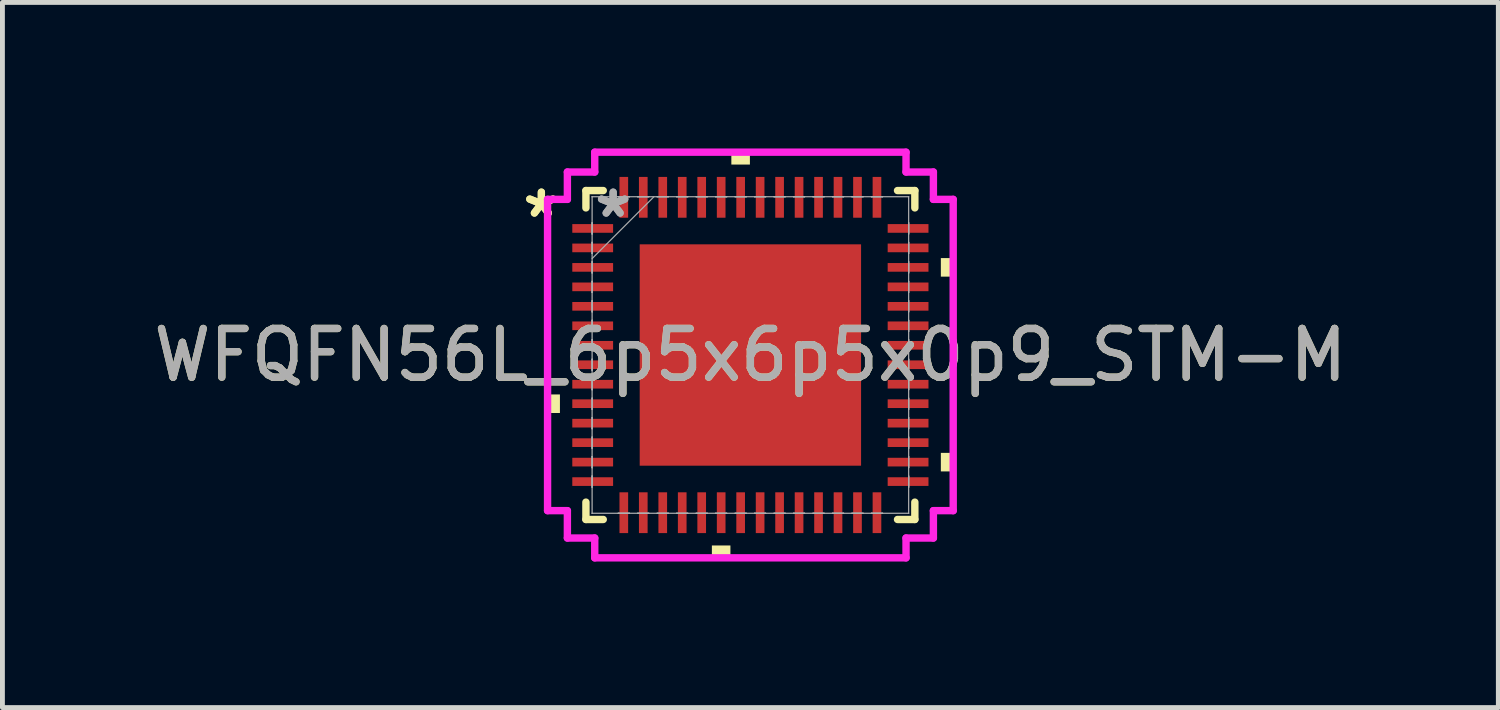
<source format=kicad_pcb>
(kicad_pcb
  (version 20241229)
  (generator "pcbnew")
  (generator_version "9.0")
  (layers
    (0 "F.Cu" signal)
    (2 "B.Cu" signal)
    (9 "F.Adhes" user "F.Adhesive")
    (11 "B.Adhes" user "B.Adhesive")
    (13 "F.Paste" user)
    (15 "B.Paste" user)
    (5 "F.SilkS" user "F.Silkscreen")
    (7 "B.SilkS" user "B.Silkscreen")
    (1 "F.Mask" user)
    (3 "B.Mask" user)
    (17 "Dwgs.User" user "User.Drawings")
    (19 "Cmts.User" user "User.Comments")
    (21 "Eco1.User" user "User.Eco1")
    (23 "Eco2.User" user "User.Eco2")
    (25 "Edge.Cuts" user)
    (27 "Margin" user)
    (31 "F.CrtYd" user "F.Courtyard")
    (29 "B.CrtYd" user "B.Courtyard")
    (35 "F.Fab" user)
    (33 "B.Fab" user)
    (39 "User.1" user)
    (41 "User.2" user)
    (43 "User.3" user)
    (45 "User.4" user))
  (footprint "WFQFN56L_6p5x6p5x0p9_STM-M"
    (layer "F.Cu")
    (at 12.363 4.242)
    (property "Reference" "WFQFN56L_6p5x6p5x0p9_STM-M" (at 0 0 0) (unlocked yes) (layer "F.SilkS") (effects (font (size 1 1) (thickness 0.15))))
    (attr smd)
    (fp_line (start -3.378 -3.378) (end -3.378 -3.022) (stroke (width 0.152) (type solid)) (layer "F.SilkS"))
    (fp_line (start -3.378 3.022) (end -3.378 3.378) (stroke (width 0.152) (type solid)) (layer "F.SilkS"))
    (fp_line (start -3.378 3.378) (end -3.022 3.378) (stroke (width 0.152) (type solid)) (layer "F.SilkS"))
    (fp_line (start -3.022 -3.378) (end -3.378 -3.378) (stroke (width 0.152) (type solid)) (layer "F.SilkS"))
    (fp_line (start 3.022 3.378) (end 3.378 3.378) (stroke (width 0.152) (type solid)) (layer "F.SilkS"))
    (fp_line (start 3.378 -3.378) (end 3.022 -3.378) (stroke (width 0.152) (type solid)) (layer "F.SilkS"))
    (fp_line (start 3.378 -3.022) (end 3.378 -3.378) (stroke (width 0.152) (type solid)) (layer "F.SilkS"))
    (fp_line (start 3.378 3.378) (end 3.378 3.022) (stroke (width 0.152) (type solid)) (layer "F.SilkS"))
    (fp_poly (pts (xy -4.166 0.81) (xy -4.166 1.191) (xy -3.912 1.191) (xy -3.912 0.81)) (stroke (width 0) (type solid)) (fill yes) (layer "F.SilkS"))
    (fp_poly (pts (xy -0.791 3.912) (xy -0.791 4.166) (xy -0.41 4.166) (xy -0.41 3.912)) (stroke (width 0) (type solid)) (fill yes) (layer "F.SilkS"))
    (fp_poly (pts (xy -0.391 -3.912) (xy -0.391 -4.166) (xy -0.01 -4.166) (xy -0.01 -3.912)) (stroke (width 0) (type solid)) (fill yes) (layer "F.SilkS"))
    (fp_poly (pts (xy 4.166 -1.991) (xy 4.166 -1.61) (xy 3.912 -1.61) (xy 3.912 -1.991)) (stroke (width 0) (type solid)) (fill yes) (layer "F.SilkS"))
    (fp_poly (pts (xy 4.166 2.01) (xy 4.166 2.391) (xy 3.912 2.391) (xy 3.912 2.01)) (stroke (width 0) (type solid)) (fill yes) (layer "F.SilkS"))
    (fp_poly (pts (xy -2.173 -2.173) (xy -2.173 -0.858) (xy -0.858 -0.858) (xy -0.858 -2.173)) (stroke (width 0) (type solid)) (fill yes) (layer "F.Paste"))
    (fp_poly (pts (xy -2.173 -0.658) (xy -2.173 0.658) (xy -0.858 0.658) (xy -0.858 -0.658)) (stroke (width 0) (type solid)) (fill yes) (layer "F.Paste"))
    (fp_poly (pts (xy -2.173 0.858) (xy -2.173 2.173) (xy -0.858 2.173) (xy -0.858 0.858)) (stroke (width 0) (type solid)) (fill yes) (layer "F.Paste"))
    (fp_poly (pts (xy -0.658 -2.173) (xy -0.658 -0.858) (xy 0.658 -0.858) (xy 0.658 -2.173)) (stroke (width 0) (type solid)) (fill yes) (layer "F.Paste"))
    (fp_poly (pts (xy -0.658 -0.658) (xy -0.658 0.658) (xy 0.658 0.658) (xy 0.658 -0.658)) (stroke (width 0) (type solid)) (fill yes) (layer "F.Paste"))
    (fp_poly (pts (xy -0.658 0.858) (xy -0.658 2.173) (xy 0.658 2.173) (xy 0.658 0.858)) (stroke (width 0) (type solid)) (fill yes) (layer "F.Paste"))
    (fp_poly (pts (xy 0.858 -2.173) (xy 0.858 -0.858) (xy 2.173 -0.858) (xy 2.173 -2.173)) (stroke (width 0) (type solid)) (fill yes) (layer "F.Paste"))
    (fp_poly (pts (xy 0.858 -0.658) (xy 0.858 0.658) (xy 2.173 0.658) (xy 2.173 -0.658)) (stroke (width 0) (type solid)) (fill yes) (layer "F.Paste"))
    (fp_poly (pts (xy 0.858 0.858) (xy 0.858 2.173) (xy 2.173 2.173) (xy 2.173 0.858)) (stroke (width 0) (type solid)) (fill yes) (layer "F.Paste"))
    (fp_line (start -4.166 -3.197) (end -3.759 -3.197) (stroke (width 0.152) (type solid)) (layer "F.CrtYd"))
    (fp_line (start -4.166 3.197) (end -4.166 -3.197) (stroke (width 0.152) (type solid)) (layer "F.CrtYd"))
    (fp_line (start -3.759 -3.759) (end -3.197 -3.759) (stroke (width 0.152) (type solid)) (layer "F.CrtYd"))
    (fp_line (start -3.759 -3.197) (end -3.759 -3.759) (stroke (width 0.152) (type solid)) (layer "F.CrtYd"))
    (fp_line (start -3.759 3.197) (end -4.166 3.197) (stroke (width 0.152) (type solid)) (layer "F.CrtYd"))
    (fp_line (start -3.759 3.759) (end -3.759 3.197) (stroke (width 0.152) (type solid)) (layer "F.CrtYd"))
    (fp_line (start -3.197 -4.166) (end 3.197 -4.166) (stroke (width 0.152) (type solid)) (layer "F.CrtYd"))
    (fp_line (start -3.197 -3.759) (end -3.197 -4.166) (stroke (width 0.152) (type solid)) (layer "F.CrtYd"))
    (fp_line (start -3.197 3.759) (end -3.759 3.759) (stroke (width 0.152) (type solid)) (layer "F.CrtYd"))
    (fp_line (start -3.197 4.166) (end -3.197 3.759) (stroke (width 0.152) (type solid)) (layer "F.CrtYd"))
    (fp_line (start 3.197 -4.166) (end 3.197 -3.759) (stroke (width 0.152) (type solid)) (layer "F.CrtYd"))
    (fp_line (start 3.197 -3.759) (end 3.759 -3.759) (stroke (width 0.152) (type solid)) (layer "F.CrtYd"))
    (fp_line (start 3.197 3.759) (end 3.197 4.166) (stroke (width 0.152) (type solid)) (layer "F.CrtYd"))
    (fp_line (start 3.197 4.166) (end -3.197 4.166) (stroke (width 0.152) (type solid)) (layer "F.CrtYd"))
    (fp_line (start 3.759 -3.759) (end 3.759 -3.197) (stroke (width 0.152) (type solid)) (layer "F.CrtYd"))
    (fp_line (start 3.759 -3.197) (end 4.166 -3.197) (stroke (width 0.152) (type solid)) (layer "F.CrtYd"))
    (fp_line (start 3.759 3.197) (end 3.759 3.759) (stroke (width 0.152) (type solid)) (layer "F.CrtYd"))
    (fp_line (start 3.759 3.759) (end 3.197 3.759) (stroke (width 0.152) (type solid)) (layer "F.CrtYd"))
    (fp_line (start 4.166 -3.197) (end 4.166 3.197) (stroke (width 0.152) (type solid)) (layer "F.CrtYd"))
    (fp_line (start 4.166 3.197) (end 3.759 3.197) (stroke (width 0.152) (type solid)) (layer "F.CrtYd"))
    (fp_line (start -3.251 -3.251) (end -3.251 -3.251) (stroke (width 0.025) (type solid)) (layer "F.Fab"))
    (fp_line (start -3.251 -3.251) (end -3.251 3.251) (stroke (width 0.025) (type solid)) (layer "F.Fab"))
    (fp_line (start -3.251 -2.715) (end -3.251 -2.715) (stroke (width 0.025) (type solid)) (layer "F.Fab"))
    (fp_line (start -3.251 -2.715) (end -3.251 -2.486) (stroke (width 0.025) (type solid)) (layer "F.Fab"))
    (fp_line (start -3.251 -2.486) (end -3.251 -2.715) (stroke (width 0.025) (type solid)) (layer "F.Fab"))
    (fp_line (start -3.251 -2.486) (end -3.251 -2.486) (stroke (width 0.025) (type solid)) (layer "F.Fab"))
    (fp_line (start -3.251 -2.315) (end -3.251 -2.315) (stroke (width 0.025) (type solid)) (layer "F.Fab"))
    (fp_line (start -3.251 -2.315) (end -3.251 -2.086) (stroke (width 0.025) (type solid)) (layer "F.Fab"))
    (fp_line (start -3.251 -2.086) (end -3.251 -2.315) (stroke (width 0.025) (type solid)) (layer "F.Fab"))
    (fp_line (start -3.251 -2.086) (end -3.251 -2.086) (stroke (width 0.025) (type solid)) (layer "F.Fab"))
    (fp_line (start -3.251 -1.981) (end -1.981 -3.251) (stroke (width 0.025) (type solid)) (layer "F.Fab"))
    (fp_line (start -3.251 -1.915) (end -3.251 -1.915) (stroke (width 0.025) (type solid)) (layer "F.Fab"))
    (fp_line (start -3.251 -1.915) (end -3.251 -1.686) (stroke (width 0.025) (type solid)) (layer "F.Fab"))
    (fp_line (start -3.251 -1.686) (end -3.251 -1.915) (stroke (width 0.025) (type solid)) (layer "F.Fab"))
    (fp_line (start -3.251 -1.686) (end -3.251 -1.686) (stroke (width 0.025) (type solid)) (layer "F.Fab"))
    (fp_line (start -3.251 -1.514) (end -3.251 -1.514) (stroke (width 0.025) (type solid)) (layer "F.Fab"))
    (fp_line (start -3.251 -1.514) (end -3.251 -1.286) (stroke (width 0.025) (type solid)) (layer "F.Fab"))
    (fp_line (start -3.251 -1.286) (end -3.251 -1.514) (stroke (width 0.025) (type solid)) (layer "F.Fab"))
    (fp_line (start -3.251 -1.286) (end -3.251 -1.286) (stroke (width 0.025) (type solid)) (layer "F.Fab"))
    (fp_line (start -3.251 -1.114) (end -3.251 -1.114) (stroke (width 0.025) (type solid)) (layer "F.Fab"))
    (fp_line (start -3.251 -1.114) (end -3.251 -0.886) (stroke (width 0.025) (type solid)) (layer "F.Fab"))
    (fp_line (start -3.251 -0.886) (end -3.251 -1.114) (stroke (width 0.025) (type solid)) (layer "F.Fab"))
    (fp_line (start -3.251 -0.886) (end -3.251 -0.886) (stroke (width 0.025) (type solid)) (layer "F.Fab"))
    (fp_line (start -3.251 -0.714) (end -3.251 -0.714) (stroke (width 0.025) (type solid)) (layer "F.Fab"))
    (fp_line (start -3.251 -0.714) (end -3.251 -0.486) (stroke (width 0.025) (type solid)) (layer "F.Fab"))
    (fp_line (start -3.251 -0.486) (end -3.251 -0.714) (stroke (width 0.025) (type solid)) (layer "F.Fab"))
    (fp_line (start -3.251 -0.486) (end -3.251 -0.486) (stroke (width 0.025) (type solid)) (layer "F.Fab"))
    (fp_line (start -3.251 -0.314) (end -3.251 -0.314) (stroke (width 0.025) (type solid)) (layer "F.Fab"))
    (fp_line (start -3.251 -0.314) (end -3.251 -0.086) (stroke (width 0.025) (type solid)) (layer "F.Fab"))
    (fp_line (start -3.251 -0.086) (end -3.251 -0.314) (stroke (width 0.025) (type solid)) (layer "F.Fab"))
    (fp_line (start -3.251 -0.086) (end -3.251 -0.086) (stroke (width 0.025) (type solid)) (layer "F.Fab"))
    (fp_line (start -3.251 0.086) (end -3.251 0.086) (stroke (width 0.025) (type solid)) (layer "F.Fab"))
    (fp_line (start -3.251 0.086) (end -3.251 0.314) (stroke (width 0.025) (type solid)) (layer "F.Fab"))
    (fp_line (start -3.251 0.314) (end -3.251 0.086) (stroke (width 0.025) (type solid)) (layer "F.Fab"))
    (fp_line (start -3.251 0.314) (end -3.251 0.314) (stroke (width 0.025) (type solid)) (layer "F.Fab"))
    (fp_line (start -3.251 0.486) (end -3.251 0.486) (stroke (width 0.025) (type solid)) (layer "F.Fab"))
    (fp_line (start -3.251 0.486) (end -3.251 0.714) (stroke (width 0.025) (type solid)) (layer "F.Fab"))
    (fp_line (start -3.251 0.714) (end -3.251 0.486) (stroke (width 0.025) (type solid)) (layer "F.Fab"))
    (fp_line (start -3.251 0.714) (end -3.251 0.714) (stroke (width 0.025) (type solid)) (layer "F.Fab"))
    (fp_line (start -3.251 0.886) (end -3.251 0.886) (stroke (width 0.025) (type solid)) (layer "F.Fab"))
    (fp_line (start -3.251 0.886) (end -3.251 1.114) (stroke (width 0.025) (type solid)) (layer "F.Fab"))
    (fp_line (start -3.251 1.114) (end -3.251 0.886) (stroke (width 0.025) (type solid)) (layer "F.Fab"))
    (fp_line (start -3.251 1.114) (end -3.251 1.114) (stroke (width 0.025) (type solid)) (layer "F.Fab"))
    (fp_line (start -3.251 1.286) (end -3.251 1.286) (stroke (width 0.025) (type solid)) (layer "F.Fab"))
    (fp_line (start -3.251 1.286) (end -3.251 1.514) (stroke (width 0.025) (type solid)) (layer "F.Fab"))
    (fp_line (start -3.251 1.514) (end -3.251 1.286) (stroke (width 0.025) (type solid)) (layer "F.Fab"))
    (fp_line (start -3.251 1.514) (end -3.251 1.514) (stroke (width 0.025) (type solid)) (layer "F.Fab"))
    (fp_line (start -3.251 1.686) (end -3.251 1.686) (stroke (width 0.025) (type solid)) (layer "F.Fab"))
    (fp_line (start -3.251 1.686) (end -3.251 1.915) (stroke (width 0.025) (type solid)) (layer "F.Fab"))
    (fp_line (start -3.251 1.915) (end -3.251 1.686) (stroke (width 0.025) (type solid)) (layer "F.Fab"))
    (fp_line (start -3.251 1.915) (end -3.251 1.915) (stroke (width 0.025) (type solid)) (layer "F.Fab"))
    (fp_line (start -3.251 2.086) (end -3.251 2.086) (stroke (width 0.025) (type solid)) (layer "F.Fab"))
    (fp_line (start -3.251 2.086) (end -3.251 2.315) (stroke (width 0.025) (type solid)) (layer "F.Fab"))
    (fp_line (start -3.251 2.315) (end -3.251 2.086) (stroke (width 0.025) (type solid)) (layer "F.Fab"))
    (fp_line (start -3.251 2.315) (end -3.251 2.315) (stroke (width 0.025) (type solid)) (layer "F.Fab"))
    (fp_line (start -3.251 2.486) (end -3.251 2.486) (stroke (width 0.025) (type solid)) (layer "F.Fab"))
    (fp_line (start -3.251 2.486) (end -3.251 2.715) (stroke (width 0.025) (type solid)) (layer "F.Fab"))
    (fp_line (start -3.251 2.715) (end -3.251 2.486) (stroke (width 0.025) (type solid)) (layer "F.Fab"))
    (fp_line (start -3.251 2.715) (end -3.251 2.715) (stroke (width 0.025) (type solid)) (layer "F.Fab"))
    (fp_line (start -3.251 3.251) (end -3.251 3.251) (stroke (width 0.025) (type solid)) (layer "F.Fab"))
    (fp_line (start -3.251 3.251) (end 3.251 3.251) (stroke (width 0.025) (type solid)) (layer "F.Fab"))
    (fp_line (start -2.715 -3.251) (end -2.715 -3.251) (stroke (width 0.025) (type solid)) (layer "F.Fab"))
    (fp_line (start -2.715 -3.251) (end -2.486 -3.251) (stroke (width 0.025) (type solid)) (layer "F.Fab"))
    (fp_line (start -2.715 3.251) (end -2.715 3.251) (stroke (width 0.025) (type solid)) (layer "F.Fab"))
    (fp_line (start -2.715 3.251) (end -2.486 3.251) (stroke (width 0.025) (type solid)) (layer "F.Fab"))
    (fp_line (start -2.486 -3.251) (end -2.715 -3.251) (stroke (width 0.025) (type solid)) (layer "F.Fab"))
    (fp_line (start -2.486 -3.251) (end -2.486 -3.251) (stroke (width 0.025) (type solid)) (layer "F.Fab"))
    (fp_line (start -2.486 3.251) (end -2.715 3.251) (stroke (width 0.025) (type solid)) (layer "F.Fab"))
    (fp_line (start -2.486 3.251) (end -2.486 3.251) (stroke (width 0.025) (type solid)) (layer "F.Fab"))
    (fp_line (start -2.315 -3.251) (end -2.315 -3.251) (stroke (width 0.025) (type solid)) (layer "F.Fab"))
    (fp_line (start -2.315 -3.251) (end -2.086 -3.251) (stroke (width 0.025) (type solid)) (layer "F.Fab"))
    (fp_line (start -2.315 3.251) (end -2.315 3.251) (stroke (width 0.025) (type solid)) (layer "F.Fab"))
    (fp_line (start -2.315 3.251) (end -2.086 3.251) (stroke (width 0.025) (type solid)) (layer "F.Fab"))
    (fp_line (start -2.086 -3.251) (end -2.315 -3.251) (stroke (width 0.025) (type solid)) (layer "F.Fab"))
    (fp_line (start -2.086 -3.251) (end -2.086 -3.251) (stroke (width 0.025) (type solid)) (layer "F.Fab"))
    (fp_line (start -2.086 3.251) (end -2.315 3.251) (stroke (width 0.025) (type solid)) (layer "F.Fab"))
    (fp_line (start -2.086 3.251) (end -2.086 3.251) (stroke (width 0.025) (type solid)) (layer "F.Fab"))
    (fp_line (start -1.915 -3.251) (end -1.915 -3.251) (stroke (width 0.025) (type solid)) (layer "F.Fab"))
    (fp_line (start -1.915 -3.251) (end -1.686 -3.251) (stroke (width 0.025) (type solid)) (layer "F.Fab"))
    (fp_line (start -1.915 3.251) (end -1.915 3.251) (stroke (width 0.025) (type solid)) (layer "F.Fab"))
    (fp_line (start -1.915 3.251) (end -1.686 3.251) (stroke (width 0.025) (type solid)) (layer "F.Fab"))
    (fp_line (start -1.686 -3.251) (end -1.915 -3.251) (stroke (width 0.025) (type solid)) (layer "F.Fab"))
    (fp_line (start -1.686 -3.251) (end -1.686 -3.251) (stroke (width 0.025) (type solid)) (layer "F.Fab"))
    (fp_line (start -1.686 3.251) (end -1.915 3.251) (stroke (width 0.025) (type solid)) (layer "F.Fab"))
    (fp_line (start -1.686 3.251) (end -1.686 3.251) (stroke (width 0.025) (type solid)) (layer "F.Fab"))
    (fp_line (start -1.514 -3.251) (end -1.514 -3.251) (stroke (width 0.025) (type solid)) (layer "F.Fab"))
    (fp_line (start -1.514 -3.251) (end -1.286 -3.251) (stroke (width 0.025) (type solid)) (layer "F.Fab"))
    (fp_line (start -1.514 3.251) (end -1.514 3.251) (stroke (width 0.025) (type solid)) (layer "F.Fab"))
    (fp_line (start -1.514 3.251) (end -1.286 3.251) (stroke (width 0.025) (type solid)) (layer "F.Fab"))
    (fp_line (start -1.286 -3.251) (end -1.514 -3.251) (stroke (width 0.025) (type solid)) (layer "F.Fab"))
    (fp_line (start -1.286 -3.251) (end -1.286 -3.251) (stroke (width 0.025) (type solid)) (layer "F.Fab"))
    (fp_line (start -1.286 3.251) (end -1.514 3.251) (stroke (width 0.025) (type solid)) (layer "F.Fab"))
    (fp_line (start -1.286 3.251) (end -1.286 3.251) (stroke (width 0.025) (type solid)) (layer "F.Fab"))
    (fp_line (start -1.114 -3.251) (end -1.114 -3.251) (stroke (width 0.025) (type solid)) (layer "F.Fab"))
    (fp_line (start -1.114 -3.251) (end -0.886 -3.251) (stroke (width 0.025) (type solid)) (layer "F.Fab"))
    (fp_line (start -1.114 3.251) (end -1.114 3.251) (stroke (width 0.025) (type solid)) (layer "F.Fab"))
    (fp_line (start -1.114 3.251) (end -0.886 3.251) (stroke (width 0.025) (type solid)) (layer "F.Fab"))
    (fp_line (start -0.886 -3.251) (end -1.114 -3.251) (stroke (width 0.025) (type solid)) (layer "F.Fab"))
    (fp_line (start -0.886 -3.251) (end -0.886 -3.251) (stroke (width 0.025) (type solid)) (layer "F.Fab"))
    (fp_line (start -0.886 3.251) (end -1.114 3.251) (stroke (width 0.025) (type solid)) (layer "F.Fab"))
    (fp_line (start -0.886 3.251) (end -0.886 3.251) (stroke (width 0.025) (type solid)) (layer "F.Fab"))
    (fp_line (start -0.714 -3.251) (end -0.714 -3.251) (stroke (width 0.025) (type solid)) (layer "F.Fab"))
    (fp_line (start -0.714 -3.251) (end -0.486 -3.251) (stroke (width 0.025) (type solid)) (layer "F.Fab"))
    (fp_line (start -0.714 3.251) (end -0.714 3.251) (stroke (width 0.025) (type solid)) (layer "F.Fab"))
    (fp_line (start -0.714 3.251) (end -0.486 3.251) (stroke (width 0.025) (type solid)) (layer "F.Fab"))
    (fp_line (start -0.486 -3.251) (end -0.714 -3.251) (stroke (width 0.025) (type solid)) (layer "F.Fab"))
    (fp_line (start -0.486 -3.251) (end -0.486 -3.251) (stroke (width 0.025) (type solid)) (layer "F.Fab"))
    (fp_line (start -0.486 3.251) (end -0.714 3.251) (stroke (width 0.025) (type solid)) (layer "F.Fab"))
    (fp_line (start -0.486 3.251) (end -0.486 3.251) (stroke (width 0.025) (type solid)) (layer "F.Fab"))
    (fp_line (start -0.314 -3.251) (end -0.314 -3.251) (stroke (width 0.025) (type solid)) (layer "F.Fab"))
    (fp_line (start -0.314 -3.251) (end -0.086 -3.251) (stroke (width 0.025) (type solid)) (layer "F.Fab"))
    (fp_line (start -0.314 3.251) (end -0.314 3.251) (stroke (width 0.025) (type solid)) (layer "F.Fab"))
    (fp_line (start -0.314 3.251) (end -0.086 3.251) (stroke (width 0.025) (type solid)) (layer "F.Fab"))
    (fp_line (start -0.086 -3.251) (end -0.314 -3.251) (stroke (width 0.025) (type solid)) (layer "F.Fab"))
    (fp_line (start -0.086 -3.251) (end -0.086 -3.251) (stroke (width 0.025) (type solid)) (layer "F.Fab"))
    (fp_line (start -0.086 3.251) (end -0.314 3.251) (stroke (width 0.025) (type solid)) (layer "F.Fab"))
    (fp_line (start -0.086 3.251) (end -0.086 3.251) (stroke (width 0.025) (type solid)) (layer "F.Fab"))
    (fp_line (start 0.086 -3.251) (end 0.086 -3.251) (stroke (width 0.025) (type solid)) (layer "F.Fab"))
    (fp_line (start 0.086 -3.251) (end 0.314 -3.251) (stroke (width 0.025) (type solid)) (layer "F.Fab"))
    (fp_line (start 0.086 3.251) (end 0.086 3.251) (stroke (width 0.025) (type solid)) (layer "F.Fab"))
    (fp_line (start 0.086 3.251) (end 0.314 3.251) (stroke (width 0.025) (type solid)) (layer "F.Fab"))
    (fp_line (start 0.314 -3.251) (end 0.086 -3.251) (stroke (width 0.025) (type solid)) (layer "F.Fab"))
    (fp_line (start 0.314 -3.251) (end 0.314 -3.251) (stroke (width 0.025) (type solid)) (layer "F.Fab"))
    (fp_line (start 0.314 3.251) (end 0.086 3.251) (stroke (width 0.025) (type solid)) (layer "F.Fab"))
    (fp_line (start 0.314 3.251) (end 0.314 3.251) (stroke (width 0.025) (type solid)) (layer "F.Fab"))
    (fp_line (start 0.486 -3.251) (end 0.486 -3.251) (stroke (width 0.025) (type solid)) (layer "F.Fab"))
    (fp_line (start 0.486 -3.251) (end 0.714 -3.251) (stroke (width 0.025) (type solid)) (layer "F.Fab"))
    (fp_line (start 0.486 3.251) (end 0.486 3.251) (stroke (width 0.025) (type solid)) (layer "F.Fab"))
    (fp_line (start 0.486 3.251) (end 0.714 3.251) (stroke (width 0.025) (type solid)) (layer "F.Fab"))
    (fp_line (start 0.714 -3.251) (end 0.486 -3.251) (stroke (width 0.025) (type solid)) (layer "F.Fab"))
    (fp_line (start 0.714 -3.251) (end 0.714 -3.251) (stroke (width 0.025) (type solid)) (layer "F.Fab"))
    (fp_line (start 0.714 3.251) (end 0.486 3.251) (stroke (width 0.025) (type solid)) (layer "F.Fab"))
    (fp_line (start 0.714 3.251) (end 0.714 3.251) (stroke (width 0.025) (type solid)) (layer "F.Fab"))
    (fp_line (start 0.886 -3.251) (end 0.886 -3.251) (stroke (width 0.025) (type solid)) (layer "F.Fab"))
    (fp_line (start 0.886 -3.251) (end 1.114 -3.251) (stroke (width 0.025) (type solid)) (layer "F.Fab"))
    (fp_line (start 0.886 3.251) (end 0.886 3.251) (stroke (width 0.025) (type solid)) (layer "F.Fab"))
    (fp_line (start 0.886 3.251) (end 1.114 3.251) (stroke (width 0.025) (type solid)) (layer "F.Fab"))
    (fp_line (start 1.114 -3.251) (end 0.886 -3.251) (stroke (width 0.025) (type solid)) (layer "F.Fab"))
    (fp_line (start 1.114 -3.251) (end 1.114 -3.251) (stroke (width 0.025) (type solid)) (layer "F.Fab"))
    (fp_line (start 1.114 3.251) (end 0.886 3.251) (stroke (width 0.025) (type solid)) (layer "F.Fab"))
    (fp_line (start 1.114 3.251) (end 1.114 3.251) (stroke (width 0.025) (type solid)) (layer "F.Fab"))
    (fp_line (start 1.286 -3.251) (end 1.286 -3.251) (stroke (width 0.025) (type solid)) (layer "F.Fab"))
    (fp_line (start 1.286 -3.251) (end 1.514 -3.251) (stroke (width 0.025) (type solid)) (layer "F.Fab"))
    (fp_line (start 1.286 3.251) (end 1.286 3.251) (stroke (width 0.025) (type solid)) (layer "F.Fab"))
    (fp_line (start 1.286 3.251) (end 1.514 3.251) (stroke (width 0.025) (type solid)) (layer "F.Fab"))
    (fp_line (start 1.514 -3.251) (end 1.286 -3.251) (stroke (width 0.025) (type solid)) (layer "F.Fab"))
    (fp_line (start 1.514 -3.251) (end 1.514 -3.251) (stroke (width 0.025) (type solid)) (layer "F.Fab"))
    (fp_line (start 1.514 3.251) (end 1.286 3.251) (stroke (width 0.025) (type solid)) (layer "F.Fab"))
    (fp_line (start 1.514 3.251) (end 1.514 3.251) (stroke (width 0.025) (type solid)) (layer "F.Fab"))
    (fp_line (start 1.686 -3.251) (end 1.686 -3.251) (stroke (width 0.025) (type solid)) (layer "F.Fab"))
    (fp_line (start 1.686 -3.251) (end 1.915 -3.251) (stroke (width 0.025) (type solid)) (layer "F.Fab"))
    (fp_line (start 1.686 3.251) (end 1.686 3.251) (stroke (width 0.025) (type solid)) (layer "F.Fab"))
    (fp_line (start 1.686 3.251) (end 1.915 3.251) (stroke (width 0.025) (type solid)) (layer "F.Fab"))
    (fp_line (start 1.915 -3.251) (end 1.686 -3.251) (stroke (width 0.025) (type solid)) (layer "F.Fab"))
    (fp_line (start 1.915 -3.251) (end 1.915 -3.251) (stroke (width 0.025) (type solid)) (layer "F.Fab"))
    (fp_line (start 1.915 3.251) (end 1.686 3.251) (stroke (width 0.025) (type solid)) (layer "F.Fab"))
    (fp_line (start 1.915 3.251) (end 1.915 3.251) (stroke (width 0.025) (type solid)) (layer "F.Fab"))
    (fp_line (start 2.086 -3.251) (end 2.086 -3.251) (stroke (width 0.025) (type solid)) (layer "F.Fab"))
    (fp_line (start 2.086 -3.251) (end 2.315 -3.251) (stroke (width 0.025) (type solid)) (layer "F.Fab"))
    (fp_line (start 2.086 3.251) (end 2.086 3.251) (stroke (width 0.025) (type solid)) (layer "F.Fab"))
    (fp_line (start 2.086 3.251) (end 2.315 3.251) (stroke (width 0.025) (type solid)) (layer "F.Fab"))
    (fp_line (start 2.315 -3.251) (end 2.086 -3.251) (stroke (width 0.025) (type solid)) (layer "F.Fab"))
    (fp_line (start 2.315 -3.251) (end 2.315 -3.251) (stroke (width 0.025) (type solid)) (layer "F.Fab"))
    (fp_line (start 2.315 3.251) (end 2.086 3.251) (stroke (width 0.025) (type solid)) (layer "F.Fab"))
    (fp_line (start 2.315 3.251) (end 2.315 3.251) (stroke (width 0.025) (type solid)) (layer "F.Fab"))
    (fp_line (start 2.486 -3.251) (end 2.486 -3.251) (stroke (width 0.025) (type solid)) (layer "F.Fab"))
    (fp_line (start 2.486 -3.251) (end 2.715 -3.251) (stroke (width 0.025) (type solid)) (layer "F.Fab"))
    (fp_line (start 2.486 3.251) (end 2.486 3.251) (stroke (width 0.025) (type solid)) (layer "F.Fab"))
    (fp_line (start 2.486 3.251) (end 2.715 3.251) (stroke (width 0.025) (type solid)) (layer "F.Fab"))
    (fp_line (start 2.715 -3.251) (end 2.486 -3.251) (stroke (width 0.025) (type solid)) (layer "F.Fab"))
    (fp_line (start 2.715 -3.251) (end 2.715 -3.251) (stroke (width 0.025) (type solid)) (layer "F.Fab"))
    (fp_line (start 2.715 3.251) (end 2.486 3.251) (stroke (width 0.025) (type solid)) (layer "F.Fab"))
    (fp_line (start 2.715 3.251) (end 2.715 3.251) (stroke (width 0.025) (type solid)) (layer "F.Fab"))
    (fp_line (start 3.251 -3.251) (end -3.251 -3.251) (stroke (width 0.025) (type solid)) (layer "F.Fab"))
    (fp_line (start 3.251 -3.251) (end 3.251 -3.251) (stroke (width 0.025) (type solid)) (layer "F.Fab"))
    (fp_line (start 3.251 -2.715) (end 3.251 -2.715) (stroke (width 0.025) (type solid)) (layer "F.Fab"))
    (fp_line (start 3.251 -2.715) (end 3.251 -2.486) (stroke (width 0.025) (type solid)) (layer "F.Fab"))
    (fp_line (start 3.251 -2.486) (end 3.251 -2.715) (stroke (width 0.025) (type solid)) (layer "F.Fab"))
    (fp_line (start 3.251 -2.486) (end 3.251 -2.486) (stroke (width 0.025) (type solid)) (layer "F.Fab"))
    (fp_line (start 3.251 -2.315) (end 3.251 -2.315) (stroke (width 0.025) (type solid)) (layer "F.Fab"))
    (fp_line (start 3.251 -2.315) (end 3.251 -2.086) (stroke (width 0.025) (type solid)) (layer "F.Fab"))
    (fp_line (start 3.251 -2.086) (end 3.251 -2.315) (stroke (width 0.025) (type solid)) (layer "F.Fab"))
    (fp_line (start 3.251 -2.086) (end 3.251 -2.086) (stroke (width 0.025) (type solid)) (layer "F.Fab"))
    (fp_line (start 3.251 -1.915) (end 3.251 -1.915) (stroke (width 0.025) (type solid)) (layer "F.Fab"))
    (fp_line (start 3.251 -1.915) (end 3.251 -1.686) (stroke (width 0.025) (type solid)) (layer "F.Fab"))
    (fp_line (start 3.251 -1.686) (end 3.251 -1.915) (stroke (width 0.025) (type solid)) (layer "F.Fab"))
    (fp_line (start 3.251 -1.686) (end 3.251 -1.686) (stroke (width 0.025) (type solid)) (layer "F.Fab"))
    (fp_line (start 3.251 -1.514) (end 3.251 -1.514) (stroke (width 0.025) (type solid)) (layer "F.Fab"))
    (fp_line (start 3.251 -1.514) (end 3.251 -1.286) (stroke (width 0.025) (type solid)) (layer "F.Fab"))
    (fp_line (start 3.251 -1.286) (end 3.251 -1.514) (stroke (width 0.025) (type solid)) (layer "F.Fab"))
    (fp_line (start 3.251 -1.286) (end 3.251 -1.286) (stroke (width 0.025) (type solid)) (layer "F.Fab"))
    (fp_line (start 3.251 -1.114) (end 3.251 -1.114) (stroke (width 0.025) (type solid)) (layer "F.Fab"))
    (fp_line (start 3.251 -1.114) (end 3.251 -0.886) (stroke (width 0.025) (type solid)) (layer "F.Fab"))
    (fp_line (start 3.251 -0.886) (end 3.251 -1.114) (stroke (width 0.025) (type solid)) (layer "F.Fab"))
    (fp_line (start 3.251 -0.886) (end 3.251 -0.886) (stroke (width 0.025) (type solid)) (layer "F.Fab"))
    (fp_line (start 3.251 -0.714) (end 3.251 -0.714) (stroke (width 0.025) (type solid)) (layer "F.Fab"))
    (fp_line (start 3.251 -0.714) (end 3.251 -0.486) (stroke (width 0.025) (type solid)) (layer "F.Fab"))
    (fp_line (start 3.251 -0.486) (end 3.251 -0.714) (stroke (width 0.025) (type solid)) (layer "F.Fab"))
    (fp_line (start 3.251 -0.486) (end 3.251 -0.486) (stroke (width 0.025) (type solid)) (layer "F.Fab"))
    (fp_line (start 3.251 -0.314) (end 3.251 -0.314) (stroke (width 0.025) (type solid)) (layer "F.Fab"))
    (fp_line (start 3.251 -0.314) (end 3.251 -0.086) (stroke (width 0.025) (type solid)) (layer "F.Fab"))
    (fp_line (start 3.251 -0.086) (end 3.251 -0.314) (stroke (width 0.025) (type solid)) (layer "F.Fab"))
    (fp_line (start 3.251 -0.086) (end 3.251 -0.086) (stroke (width 0.025) (type solid)) (layer "F.Fab"))
    (fp_line (start 3.251 0.086) (end 3.251 0.086) (stroke (width 0.025) (type solid)) (layer "F.Fab"))
    (fp_line (start 3.251 0.086) (end 3.251 0.314) (stroke (width 0.025) (type solid)) (layer "F.Fab"))
    (fp_line (start 3.251 0.314) (end 3.251 0.086) (stroke (width 0.025) (type solid)) (layer "F.Fab"))
    (fp_line (start 3.251 0.314) (end 3.251 0.314) (stroke (width 0.025) (type solid)) (layer "F.Fab"))
    (fp_line (start 3.251 0.486) (end 3.251 0.486) (stroke (width 0.025) (type solid)) (layer "F.Fab"))
    (fp_line (start 3.251 0.486) (end 3.251 0.714) (stroke (width 0.025) (type solid)) (layer "F.Fab"))
    (fp_line (start 3.251 0.714) (end 3.251 0.486) (stroke (width 0.025) (type solid)) (layer "F.Fab"))
    (fp_line (start 3.251 0.714) (end 3.251 0.714) (stroke (width 0.025) (type solid)) (layer "F.Fab"))
    (fp_line (start 3.251 0.886) (end 3.251 0.886) (stroke (width 0.025) (type solid)) (layer "F.Fab"))
    (fp_line (start 3.251 0.886) (end 3.251 1.114) (stroke (width 0.025) (type solid)) (layer "F.Fab"))
    (fp_line (start 3.251 1.114) (end 3.251 0.886) (stroke (width 0.025) (type solid)) (layer "F.Fab"))
    (fp_line (start 3.251 1.114) (end 3.251 1.114) (stroke (width 0.025) (type solid)) (layer "F.Fab"))
    (fp_line (start 3.251 1.286) (end 3.251 1.286) (stroke (width 0.025) (type solid)) (layer "F.Fab"))
    (fp_line (start 3.251 1.286) (end 3.251 1.514) (stroke (width 0.025) (type solid)) (layer "F.Fab"))
    (fp_line (start 3.251 1.514) (end 3.251 1.286) (stroke (width 0.025) (type solid)) (layer "F.Fab"))
    (fp_line (start 3.251 1.514) (end 3.251 1.514) (stroke (width 0.025) (type solid)) (layer "F.Fab"))
    (fp_line (start 3.251 1.686) (end 3.251 1.686) (stroke (width 0.025) (type solid)) (layer "F.Fab"))
    (fp_line (start 3.251 1.686) (end 3.251 1.915) (stroke (width 0.025) (type solid)) (layer "F.Fab"))
    (fp_line (start 3.251 1.915) (end 3.251 1.686) (stroke (width 0.025) (type solid)) (layer "F.Fab"))
    (fp_line (start 3.251 1.915) (end 3.251 1.915) (stroke (width 0.025) (type solid)) (layer "F.Fab"))
    (fp_line (start 3.251 2.086) (end 3.251 2.086) (stroke (width 0.025) (type solid)) (layer "F.Fab"))
    (fp_line (start 3.251 2.086) (end 3.251 2.315) (stroke (width 0.025) (type solid)) (layer "F.Fab"))
    (fp_line (start 3.251 2.315) (end 3.251 2.086) (stroke (width 0.025) (type solid)) (layer "F.Fab"))
    (fp_line (start 3.251 2.315) (end 3.251 2.315) (stroke (width 0.025) (type solid)) (layer "F.Fab"))
    (fp_line (start 3.251 2.486) (end 3.251 2.486) (stroke (width 0.025) (type solid)) (layer "F.Fab"))
    (fp_line (start 3.251 2.486) (end 3.251 2.715) (stroke (width 0.025) (type solid)) (layer "F.Fab"))
    (fp_line (start 3.251 2.715) (end 3.251 2.486) (stroke (width 0.025) (type solid)) (layer "F.Fab"))
    (fp_line (start 3.251 2.715) (end 3.251 2.715) (stroke (width 0.025) (type solid)) (layer "F.Fab"))
    (fp_line (start 3.251 3.251) (end 3.251 -3.251) (stroke (width 0.025) (type solid)) (layer "F.Fab"))
    (fp_line (start 3.251 3.251) (end 3.251 3.251) (stroke (width 0.025) (type solid)) (layer "F.Fab"))
    (fp_text user "*" (at -4.293 -2.8 0) (unlocked yes) (layer "F.SilkS") (effects (font (size 1 1) (thickness 0.15))))
    (fp_text user "*" (at -4.293 -2.8 0) (layer "F.SilkS") (effects (font (size 1 1) (thickness 0.15))))
    (fp_text user "*" (at -2.819 -2.8 0) (layer "F.Fab") (effects (font (size 1 1) (thickness 0.15))))
    (fp_text user "${REFERENCE}" (at 0 0 0) (unlocked yes) (layer "F.Fab") (effects (font (size 1 1) (thickness 0.15))))
    (fp_text user "*" (at -2.819 -2.8 0) (unlocked yes) (layer "F.Fab") (effects (font (size 1 1) (thickness 0.15))))
    (pad "1" smd rect (at -3.239 -2.6 90) (size 0.178 0.838) (layers "F.Cu" "F.Mask" "F.Paste"))
    (pad "2" smd rect (at -3.239 -2.2 90) (size 0.178 0.838) (layers "F.Cu" "F.Mask" "F.Paste"))
    (pad "3" smd rect (at -3.239 -1.8 90) (size 0.178 0.838) (layers "F.Cu" "F.Mask" "F.Paste"))
    (pad "4" smd rect (at -3.239 -1.4 90) (size 0.178 0.838) (layers "F.Cu" "F.Mask" "F.Paste"))
    (pad "5" smd rect (at -3.239 -1 90) (size 0.178 0.838) (layers "F.Cu" "F.Mask" "F.Paste"))
    (pad "6" smd rect (at -3.239 -0.6 90) (size 0.178 0.838) (layers "F.Cu" "F.Mask" "F.Paste"))
    (pad "7" smd rect (at -3.239 -0.2 90) (size 0.178 0.838) (layers "F.Cu" "F.Mask" "F.Paste"))
    (pad "8" smd rect (at -3.239 0.2 90) (size 0.178 0.838) (layers "F.Cu" "F.Mask" "F.Paste"))
    (pad "9" smd rect (at -3.239 0.6 90) (size 0.178 0.838) (layers "F.Cu" "F.Mask" "F.Paste"))
    (pad "10" smd rect (at -3.239 1 90) (size 0.178 0.838) (layers "F.Cu" "F.Mask" "F.Paste"))
    (pad "11" smd rect (at -3.239 1.4 90) (size 0.178 0.838) (layers "F.Cu" "F.Mask" "F.Paste"))
    (pad "12" smd rect (at -3.239 1.8 90) (size 0.178 0.838) (layers "F.Cu" "F.Mask" "F.Paste"))
    (pad "13" smd rect (at -3.239 2.2 90) (size 0.178 0.838) (layers "F.Cu" "F.Mask" "F.Paste"))
    (pad "14" smd rect (at -3.239 2.6 90) (size 0.178 0.838) (layers "F.Cu" "F.Mask" "F.Paste"))
    (pad "15" smd rect (at -2.6 3.239) (size 0.178 0.838) (layers "F.Cu" "F.Mask" "F.Paste"))
    (pad "16" smd rect (at -2.2 3.239) (size 0.178 0.838) (layers "F.Cu" "F.Mask" "F.Paste"))
    (pad "17" smd rect (at -1.8 3.239) (size 0.178 0.838) (layers "F.Cu" "F.Mask" "F.Paste"))
    (pad "18" smd rect (at -1.4 3.239) (size 0.178 0.838) (layers "F.Cu" "F.Mask" "F.Paste"))
    (pad "19" smd rect (at -1 3.239) (size 0.178 0.838) (layers "F.Cu" "F.Mask" "F.Paste"))
    (pad "20" smd rect (at -0.6 3.239) (size 0.178 0.838) (layers "F.Cu" "F.Mask" "F.Paste"))
    (pad "21" smd rect (at -0.2 3.239) (size 0.178 0.838) (layers "F.Cu" "F.Mask" "F.Paste"))
    (pad "22" smd rect (at 0.2 3.239) (size 0.178 0.838) (layers "F.Cu" "F.Mask" "F.Paste"))
    (pad "23" smd rect (at 0.6 3.239) (size 0.178 0.838) (layers "F.Cu" "F.Mask" "F.Paste"))
    (pad "24" smd rect (at 1 3.239) (size 0.178 0.838) (layers "F.Cu" "F.Mask" "F.Paste"))
    (pad "25" smd rect (at 1.4 3.239) (size 0.178 0.838) (layers "F.Cu" "F.Mask" "F.Paste"))
    (pad "26" smd rect (at 1.8 3.239) (size 0.178 0.838) (layers "F.Cu" "F.Mask" "F.Paste"))
    (pad "27" smd rect (at 2.2 3.239) (size 0.178 0.838) (layers "F.Cu" "F.Mask" "F.Paste"))
    (pad "28" smd rect (at 2.6 3.239) (size 0.178 0.838) (layers "F.Cu" "F.Mask" "F.Paste"))
    (pad "29" smd rect (at 3.239 2.6 90) (size 0.178 0.838) (layers "F.Cu" "F.Mask" "F.Paste"))
    (pad "30" smd rect (at 3.239 2.2 90) (size 0.178 0.838) (layers "F.Cu" "F.Mask" "F.Paste"))
    (pad "31" smd rect (at 3.239 1.8 90) (size 0.178 0.838) (layers "F.Cu" "F.Mask" "F.Paste"))
    (pad "32" smd rect (at 3.239 1.4 90) (size 0.178 0.838) (layers "F.Cu" "F.Mask" "F.Paste"))
    (pad "33" smd rect (at 3.239 1 90) (size 0.178 0.838) (layers "F.Cu" "F.Mask" "F.Paste"))
    (pad "34" smd rect (at 3.239 0.6 90) (size 0.178 0.838) (layers "F.Cu" "F.Mask" "F.Paste"))
    (pad "35" smd rect (at 3.239 0.2 90) (size 0.178 0.838) (layers "F.Cu" "F.Mask" "F.Paste"))
    (pad "36" smd rect (at 3.239 -0.2 90) (size 0.178 0.838) (layers "F.Cu" "F.Mask" "F.Paste"))
    (pad "37" smd rect (at 3.239 -0.6 90) (size 0.178 0.838) (layers "F.Cu" "F.Mask" "F.Paste"))
    (pad "38" smd rect (at 3.239 -1 90) (size 0.178 0.838) (layers "F.Cu" "F.Mask" "F.Paste"))
    (pad "39" smd rect (at 3.239 -1.4 90) (size 0.178 0.838) (layers "F.Cu" "F.Mask" "F.Paste"))
    (pad "40" smd rect (at 3.239 -1.8 90) (size 0.178 0.838) (layers "F.Cu" "F.Mask" "F.Paste"))
    (pad "41" smd rect (at 3.239 -2.2 90) (size 0.178 0.838) (layers "F.Cu" "F.Mask" "F.Paste"))
    (pad "42" smd rect (at 3.239 -2.6 90) (size 0.178 0.838) (layers "F.Cu" "F.Mask" "F.Paste"))
    (pad "43" smd rect (at 2.6 -3.239) (size 0.178 0.838) (layers "F.Cu" "F.Mask" "F.Paste"))
    (pad "44" smd rect (at 2.2 -3.239) (size 0.178 0.838) (layers "F.Cu" "F.Mask" "F.Paste"))
    (pad "45" smd rect (at 1.8 -3.239) (size 0.178 0.838) (layers "F.Cu" "F.Mask" "F.Paste"))
    (pad "46" smd rect (at 1.4 -3.239) (size 0.178 0.838) (layers "F.Cu" "F.Mask" "F.Paste"))
    (pad "47" smd rect (at 1 -3.239) (size 0.178 0.838) (layers "F.Cu" "F.Mask" "F.Paste"))
    (pad "48" smd rect (at 0.6 -3.239) (size 0.178 0.838) (layers "F.Cu" "F.Mask" "F.Paste"))
    (pad "49" smd rect (at 0.2 -3.239) (size 0.178 0.838) (layers "F.Cu" "F.Mask" "F.Paste"))
    (pad "50" smd rect (at -0.2 -3.239) (size 0.178 0.838) (layers "F.Cu" "F.Mask" "F.Paste"))
    (pad "51" smd rect (at -0.6 -3.239) (size 0.178 0.838) (layers "F.Cu" "F.Mask" "F.Paste"))
    (pad "52" smd rect (at -1 -3.239) (size 0.178 0.838) (layers "F.Cu" "F.Mask" "F.Paste"))
    (pad "53" smd rect (at -1.4 -3.239) (size 0.178 0.838) (layers "F.Cu" "F.Mask" "F.Paste"))
    (pad "54" smd rect (at -1.8 -3.239) (size 0.178 0.838) (layers "F.Cu" "F.Mask" "F.Paste"))
    (pad "55" smd rect (at -2.2 -3.239) (size 0.178 0.838) (layers "F.Cu" "F.Mask" "F.Paste"))
    (pad "56" smd rect (at -2.6 -3.239) (size 0.178 0.838) (layers "F.Cu" "F.Mask" "F.Paste"))
    (pad "57" smd rect (at 0 0) (size 4.547 4.547) (layers "F.Cu" "F.Mask" "F.Paste")))
  (gr_rect
    (start -3 -3)
    (end 27.726 11.484)
    (stroke (width 0.1) (type default))
    (fill no)
    (layer "Edge.Cuts")))
</source>
